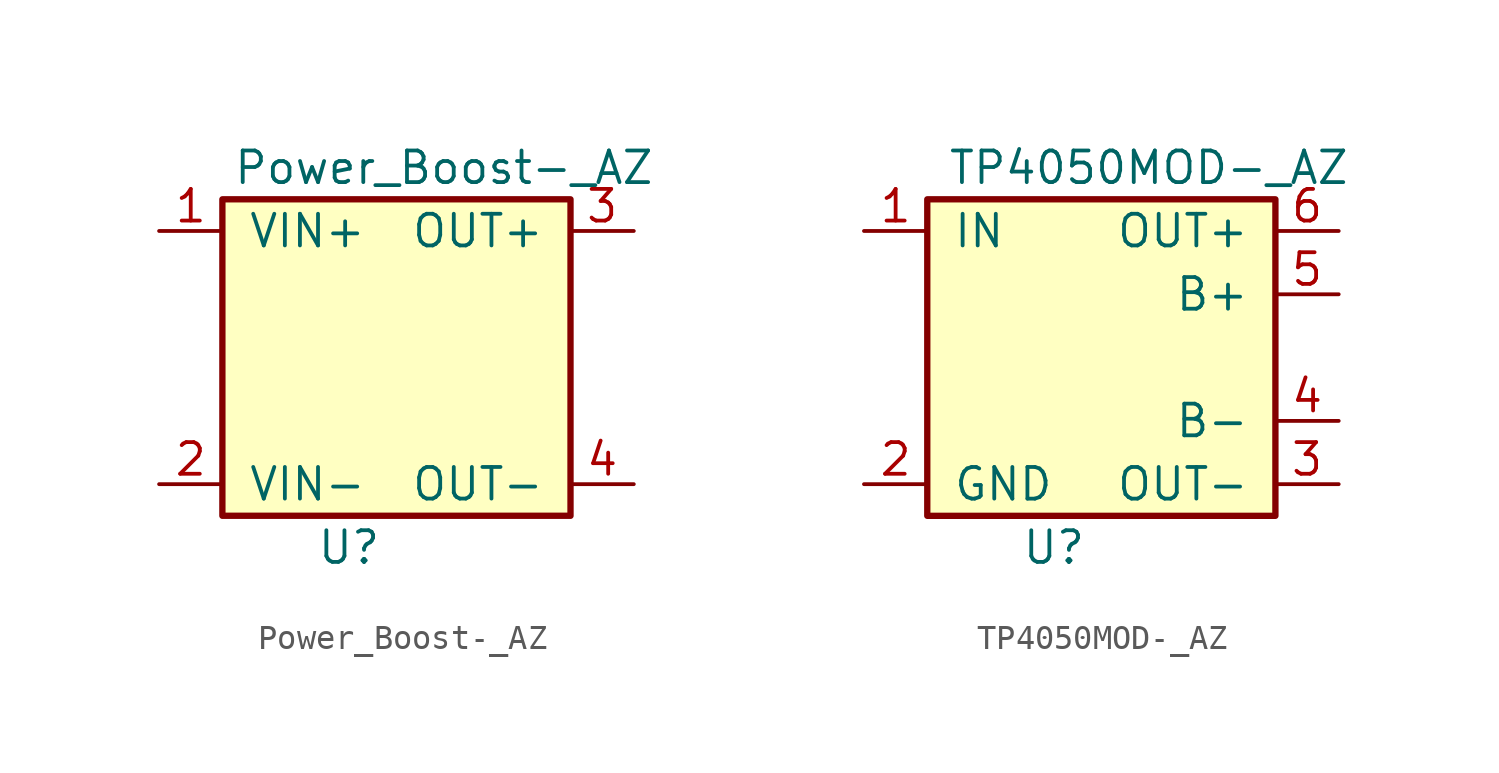
<source format=kicad_sym>
(kicad_symbol_lib
  (version 20211014)
  (generator kicad_symbol_editor)
  (symbol "Power_Boost-_AZ"
    (pin_names
      (offset 1.016))
    (property "Reference" "U"
      (at -3.81 -7.62 0)
      (effects (font (size 1.27 1.27))))
    (property "Value" "Power_Boost-_AZ"
      (at 0 7.62 0)
      (effects (font (size 1.27 1.27))))
    (symbol "Power_Boost-_AZ_0_1"
      (rectangle (start -8.89 6.35) (end 5.08 -6.35) (stroke (width 0.254) (type default) (color 0 0 0 0)) (fill (type background))))
    (symbol "Power_Boost-_AZ_1_1"
      (pin power_in line (at -11.43 5.08 0) (length 2.54) (name "VIN+" (effects (font (size 1.27 1.27)))) (number "1" (effects (font (size 1.27 1.27)))))
      (pin input line (at -11.43 -5.08 0) (length 2.54) (name "VIN-" (effects (font (size 1.27 1.27)))) (number "2" (effects (font (size 1.27 1.27)))))
      (pin power_out line (at 7.62 5.08 180) (length 2.54) (name "OUT+" (effects (font (size 1.27 1.27)))) (number "3" (effects (font (size 1.27 1.27)))))
      (pin input line (at 7.62 -5.08 180) (length 2.54) (name "OUT-" (effects (font (size 1.27 1.27)))) (number "4" (effects (font (size 1.27 1.27)))))))
  (symbol "TP4050MOD-_AZ"
    (pin_names
      (offset 1.016))
    (property "Reference" "U"
      (at -3.81 -7.62 0)
      (effects (font (size 1.27 1.27))))
    (property "Value" "TP4050MOD-_AZ"
      (at 0 7.62 0)
      (effects (font (size 1.27 1.27))))
    (symbol "TP4050MOD-_AZ_0_1"
      (rectangle (start -8.89 6.35) (end 5.08 -6.35) (stroke (width 0.254) (type default) (color 0 0 0 0)) (fill (type background))))
    (symbol "TP4050MOD-_AZ_1_1"
      (pin power_in line (at -11.43 5.08 0) (length 2.54) (name "IN" (effects (font (size 1.27 1.27)))) (number "1" (effects (font (size 1.27 1.27)))))
      (pin power_in line (at -11.43 -5.08 0) (length 2.54) (name "GND" (effects (font (size 1.27 1.27)))) (number "2" (effects (font (size 1.27 1.27)))))
      (pin power_in line (at 7.62 -5.08 180) (length 2.54) (name "OUT-" (effects (font (size 1.27 1.27)))) (number "3" (effects (font (size 1.27 1.27)))))
      (pin power_in line (at 7.62 -2.54 180) (length 2.54) (name "B-" (effects (font (size 1.27 1.27)))) (number "4" (effects (font (size 1.27 1.27)))))
      (pin input line (at 7.62 2.54 180) (length 2.54) (name "B+" (effects (font (size 1.27 1.27)))) (number "5" (effects (font (size 1.27 1.27)))))
      (pin input line (at 7.62 5.08 180) (length 2.54) (name "OUT+" (effects (font (size 1.27 1.27)))) (number "6" (effects (font (size 1.27 1.27))))))))
</source>
